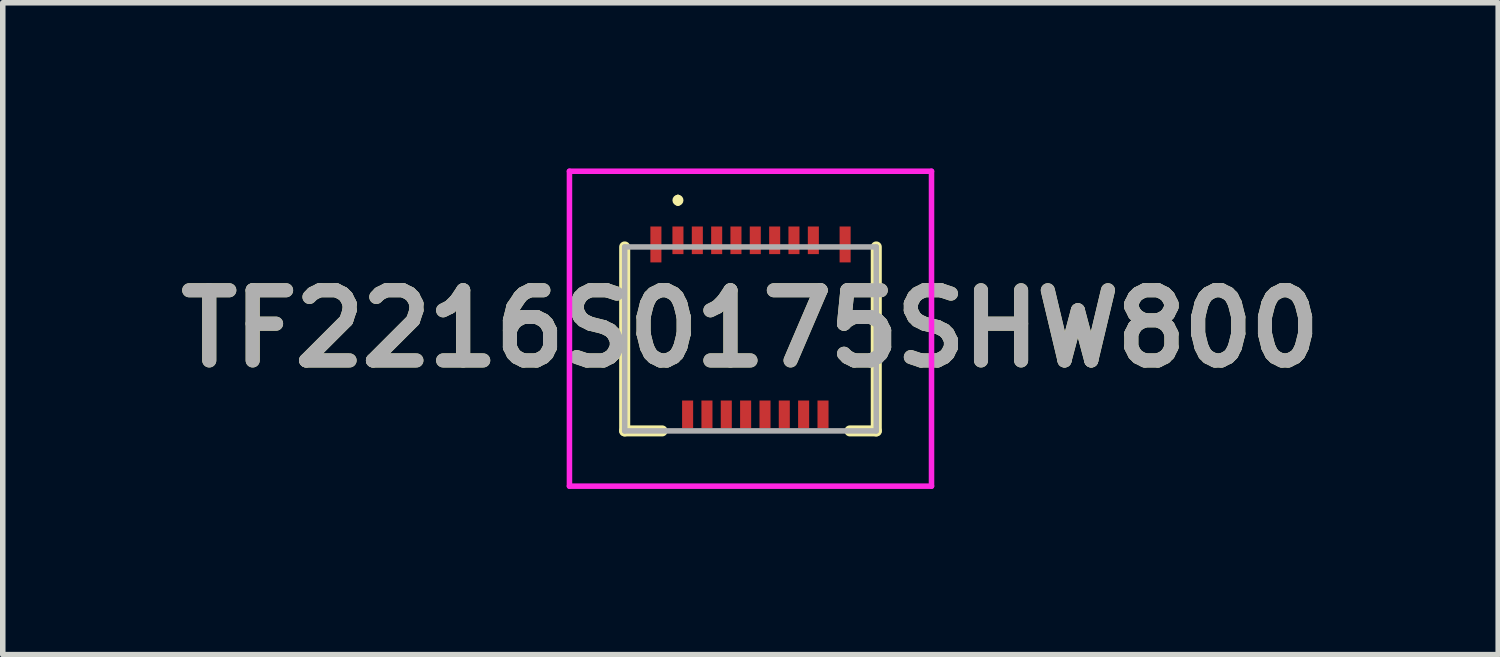
<source format=kicad_pcb>
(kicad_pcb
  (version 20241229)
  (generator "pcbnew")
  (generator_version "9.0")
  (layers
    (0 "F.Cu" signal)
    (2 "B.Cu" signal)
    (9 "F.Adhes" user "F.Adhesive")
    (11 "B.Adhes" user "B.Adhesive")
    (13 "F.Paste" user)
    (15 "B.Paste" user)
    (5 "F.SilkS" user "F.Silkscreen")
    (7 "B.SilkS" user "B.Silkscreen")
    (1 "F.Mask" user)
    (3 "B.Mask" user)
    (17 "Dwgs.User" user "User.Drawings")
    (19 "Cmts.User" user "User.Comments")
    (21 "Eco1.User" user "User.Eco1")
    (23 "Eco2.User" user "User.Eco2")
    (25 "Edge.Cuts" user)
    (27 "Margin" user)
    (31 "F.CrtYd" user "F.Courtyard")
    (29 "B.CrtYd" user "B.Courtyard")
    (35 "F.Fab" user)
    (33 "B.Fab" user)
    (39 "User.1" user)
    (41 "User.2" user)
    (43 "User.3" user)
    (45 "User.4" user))
  (footprint "TF2216S0175SHW800"
    (layer "F.Cu")
    (at 10.535 3.025)
    (property "Reference" "TF2216S0175SHW800" (at 0 -0.125 0) (layer "F.SilkS") (effects (font (size 1.27 1.27) (thickness 0.254))))
    (attr smd)
    (fp_line (start -2.277 1.725) (end -2.277 -1.605) (stroke (width 0.2) (type solid)) (layer "F.SilkS"))
    (fp_line (start -1.6 1.725) (end -2.277 1.725) (stroke (width 0.2) (type solid)) (layer "F.SilkS"))
    (fp_line (start -1.313 -2.5) (end -1.313 -2.5) (stroke (width 0.1) (type solid)) (layer "F.SilkS"))
    (fp_line (start -1.313 -2.4) (end -1.313 -2.4) (stroke (width 0.1) (type solid)) (layer "F.SilkS"))
    (fp_line (start 1.8 1.725) (end 2.277 1.725) (stroke (width 0.2) (type solid)) (layer "F.SilkS"))
    (fp_line (start 2.277 1.725) (end 2.277 -1.605) (stroke (width 0.2) (type solid)) (layer "F.SilkS"))
    (fp_arc (start -1.313 -2.5) (mid -1.263 -2.45) (end -1.313 -2.4) (stroke (width 0.1) (type solid)) (layer "F.SilkS"))
    (fp_arc (start -1.313 -2.4) (mid -1.363 -2.45) (end -1.313 -2.5) (stroke (width 0.1) (type solid)) (layer "F.SilkS"))
    (fp_line (start -3.277 -2.975) (end 3.277 -2.975) (stroke (width 0.1) (type solid)) (layer "F.CrtYd"))
    (fp_line (start -3.277 2.725) (end -3.277 -2.975) (stroke (width 0.1) (type solid)) (layer "F.CrtYd"))
    (fp_line (start 3.277 -2.975) (end 3.277 2.725) (stroke (width 0.1) (type solid)) (layer "F.CrtYd"))
    (fp_line (start 3.277 2.725) (end -3.277 2.725) (stroke (width 0.1) (type solid)) (layer "F.CrtYd"))
    (fp_line (start -2.277 -1.605) (end 2.277 -1.605) (stroke (width 0.1) (type solid)) (layer "F.Fab"))
    (fp_line (start -2.277 1.725) (end -2.277 -1.605) (stroke (width 0.1) (type solid)) (layer "F.Fab"))
    (fp_line (start 2.277 -1.605) (end 2.277 1.725) (stroke (width 0.1) (type solid)) (layer "F.Fab"))
    (fp_line (start 2.277 1.725) (end -2.277 1.725) (stroke (width 0.1) (type solid)) (layer "F.Fab"))
    (fp_text user "${REFERENCE}" (at 0 -0.125 0) (layer "F.Fab") (effects (font (size 1.27 1.27) (thickness 0.254))))
    (pad "1" smd rect (at -1.313 -1.725) (size 0.2 0.5) (layers "F.Cu" "F.Mask" "F.Paste"))
    (pad "2" smd rect (at -1.138 1.425) (size 0.2 0.5) (layers "F.Cu" "F.Mask" "F.Paste"))
    (pad "3" smd rect (at -0.962 -1.725) (size 0.2 0.5) (layers "F.Cu" "F.Mask" "F.Paste"))
    (pad "4" smd rect (at -0.788 1.425) (size 0.2 0.5) (layers "F.Cu" "F.Mask" "F.Paste"))
    (pad "5" smd rect (at -0.612 -1.725) (size 0.2 0.5) (layers "F.Cu" "F.Mask" "F.Paste"))
    (pad "6" smd rect (at -0.438 1.425) (size 0.2 0.5) (layers "F.Cu" "F.Mask" "F.Paste"))
    (pad "7" smd rect (at -0.263 -1.725) (size 0.2 0.5) (layers "F.Cu" "F.Mask" "F.Paste"))
    (pad "8" smd rect (at -0.088 1.425) (size 0.2 0.5) (layers "F.Cu" "F.Mask" "F.Paste"))
    (pad "9" smd rect (at 0.087 -1.725) (size 0.2 0.5) (layers "F.Cu" "F.Mask" "F.Paste"))
    (pad "10" smd rect (at 0.263 1.425) (size 0.2 0.5) (layers "F.Cu" "F.Mask" "F.Paste"))
    (pad "11" smd rect (at 0.438 -1.725) (size 0.2 0.5) (layers "F.Cu" "F.Mask" "F.Paste"))
    (pad "12" smd rect (at 0.612 1.425) (size 0.2 0.5) (layers "F.Cu" "F.Mask" "F.Paste"))
    (pad "13" smd rect (at 0.787 -1.725) (size 0.2 0.5) (layers "F.Cu" "F.Mask" "F.Paste"))
    (pad "14" smd rect (at 0.962 1.425) (size 0.2 0.5) (layers "F.Cu" "F.Mask" "F.Paste"))
    (pad "15" smd rect (at 1.138 -1.725) (size 0.2 0.5) (layers "F.Cu" "F.Mask" "F.Paste"))
    (pad "16" smd rect (at 1.313 1.425) (size 0.2 0.5) (layers "F.Cu" "F.Mask" "F.Paste"))
    (pad "MP1" smd rect (at -1.712 -1.65) (size 0.2 0.65) (layers "F.Cu" "F.Mask" "F.Paste"))
    (pad "MP2" smd rect (at 1.713 -1.65) (size 0.2 0.65) (layers "F.Cu" "F.Mask" "F.Paste")))
  (gr_rect
    (start -3 -3)
    (end 24.07 8.8)
    (stroke (width 0.1) (type default))
    (fill no)
    (layer "Edge.Cuts")))
</source>
